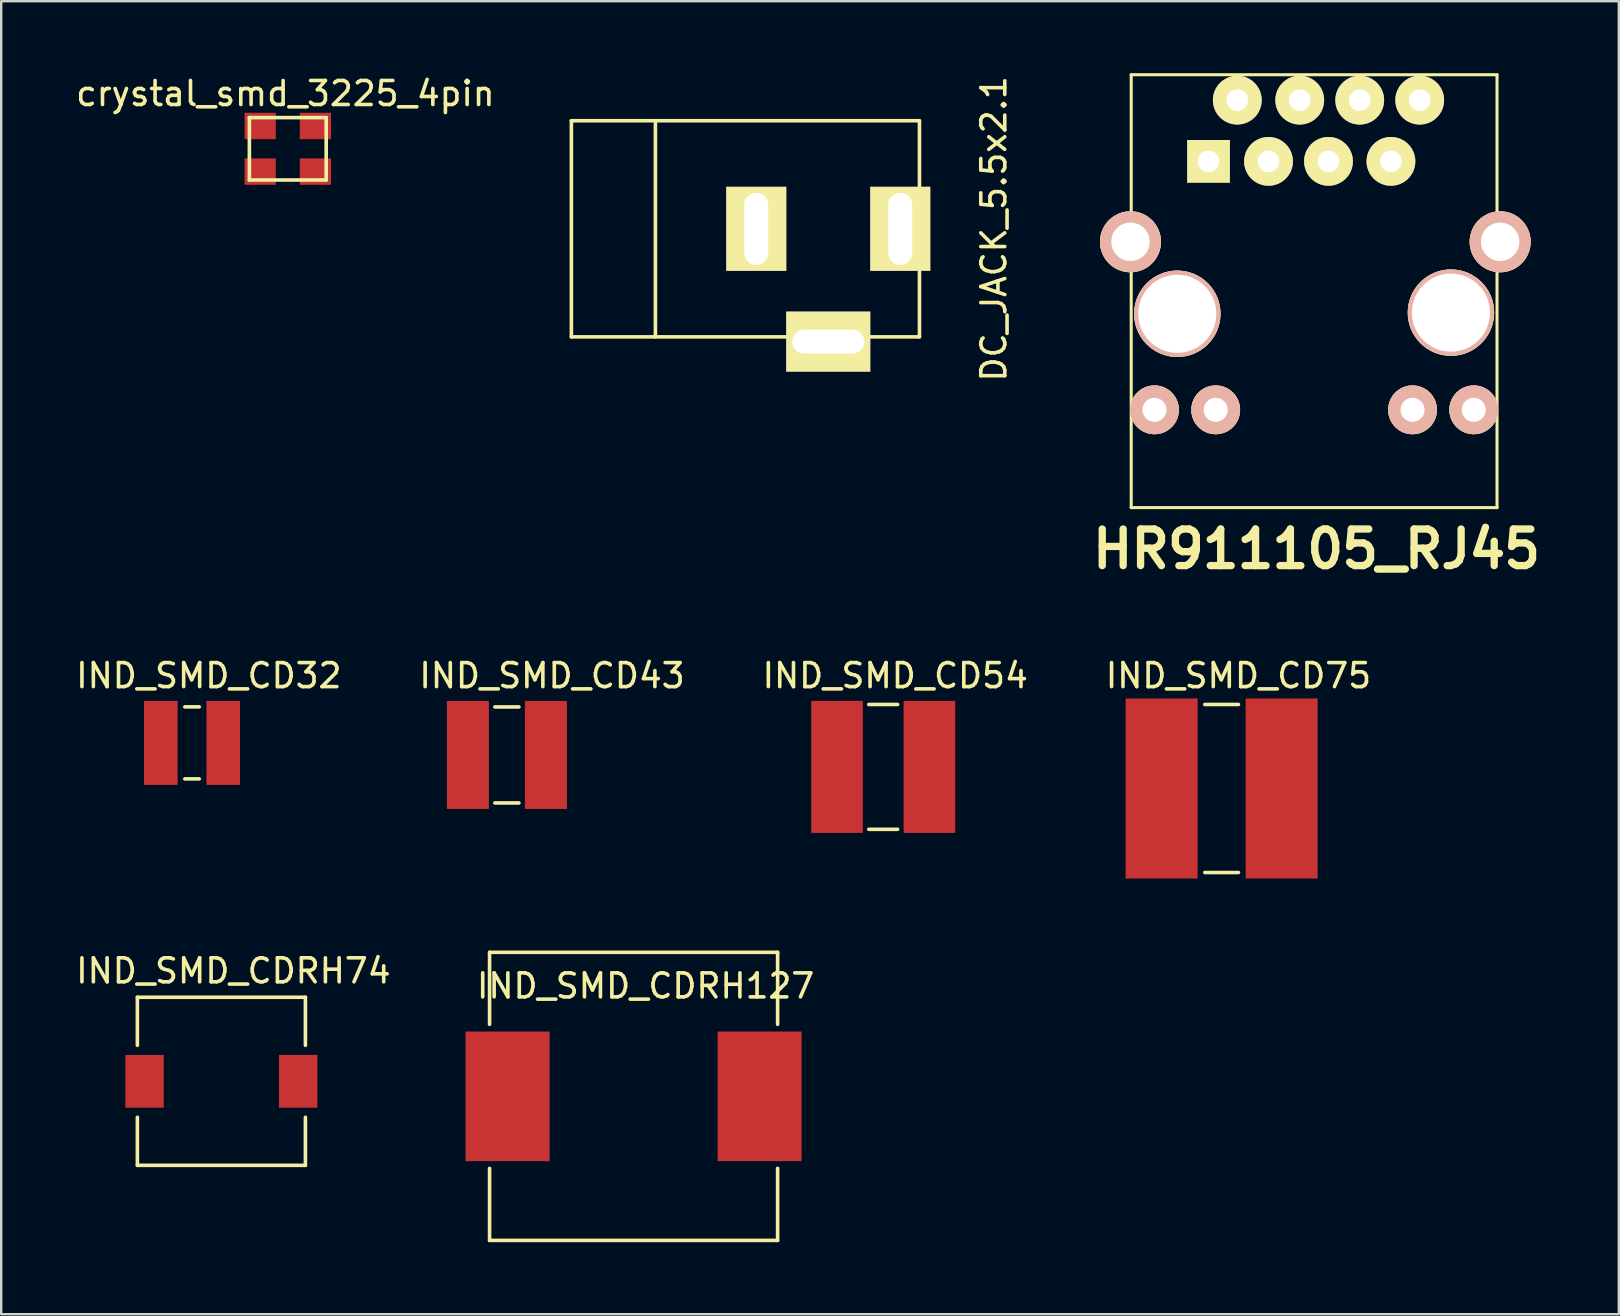
<source format=kicad_pcb>
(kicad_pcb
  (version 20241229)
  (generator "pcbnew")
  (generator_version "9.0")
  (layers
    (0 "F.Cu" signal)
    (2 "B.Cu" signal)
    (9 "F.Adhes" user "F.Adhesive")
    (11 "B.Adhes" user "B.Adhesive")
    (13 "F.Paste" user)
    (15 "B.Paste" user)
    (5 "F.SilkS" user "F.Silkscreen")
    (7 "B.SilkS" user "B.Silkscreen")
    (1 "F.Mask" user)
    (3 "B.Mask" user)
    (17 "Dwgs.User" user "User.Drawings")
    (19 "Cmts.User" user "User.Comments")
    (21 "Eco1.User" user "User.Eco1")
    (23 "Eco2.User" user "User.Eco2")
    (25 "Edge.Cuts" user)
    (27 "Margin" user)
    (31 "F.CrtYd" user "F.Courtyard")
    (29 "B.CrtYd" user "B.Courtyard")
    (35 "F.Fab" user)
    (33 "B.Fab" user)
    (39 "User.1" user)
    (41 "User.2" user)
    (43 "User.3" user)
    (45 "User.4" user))
  (footprint "IND_SMD_CD54"
    (layer "F.Cu")
    (at 33.744 28.898)
    (property "Reference" "IND_SMD_CD54" (at 0.5 -3.8 0) (layer "F.SilkS") (effects (font (size 1 1) (thickness 0.15))))
    (attr smd)
    (fp_line (start -0.6 -2.6) (end 0.6 -2.6) (stroke (width 0.15) (type solid)) (layer "F.SilkS"))
    (fp_line (start -0.6 2.6) (end 0.6 2.6) (stroke (width 0.15) (type solid)) (layer "F.SilkS"))
    (pad "1" smd rect (at -1.925 0) (size 2.15 5.5) (layers "F.Cu" "F.Mask" "F.Paste"))
    (pad "2" smd rect (at 1.925 0) (size 2.15 5.5) (layers "F.Cu" "F.Mask" "F.Paste")))
  (footprint "DC_JACK_5.5x2.1"
    (layer "F.Cu")
    (at 28.254 6.482)
    (property "Reference" "DC_JACK_5.5x2.1" (at 10.099 0 90) (layer "F.SilkS") (effects (font (size 1 1) (thickness 0.15))))
    (attr through_hole)
    (fp_line (start -7.501 -4.501) (end -7.501 4.501) (stroke (width 0.15) (type solid)) (layer "F.SilkS"))
    (fp_line (start -7.501 4.501) (end 7 4.501) (stroke (width 0.15) (type solid)) (layer "F.SilkS"))
    (fp_line (start -4 -4.501) (end -4 4.501) (stroke (width 0.15) (type solid)) (layer "F.SilkS"))
    (fp_line (start 7 -4.501) (end -7.501 -4.501) (stroke (width 0.15) (type solid)) (layer "F.SilkS"))
    (fp_line (start 7 4.501) (end 7 -4.501) (stroke (width 0.15) (type solid)) (layer "F.SilkS"))
    (pad "1" thru_hole rect (at 6.2 0) (size 2.5 3.5) (drill oval 1 3) (layers "*.Cu" "*.Mask" "F.SilkS"))
    (pad "2" thru_hole rect (at 0.201 0) (size 2.5 3.5) (drill oval 1 3) (layers "*.Cu" "*.Mask" "F.SilkS"))
    (pad "3" thru_hole rect (at 3.2 4.699) (size 3.5 2.5) (drill oval 3 1) (layers "*.Cu" "*.Mask" "F.SilkS")))
  (footprint "HR911105_RJ45"
    (layer "F.Cu")
    (at 51.695 10.223)
    (property "Reference" "HR911105_RJ45" (at 0.1 9.6 0) (layer "F.SilkS") (effects (font (size 1.524 1.524) (thickness 0.305))))
    (attr through_hole)
    (fp_line (start -7.62 -10.16) (end -7.62 7.874) (stroke (width 0.127) (type solid)) (layer "F.SilkS"))
    (fp_line (start -7.62 7.874) (end 7.62 7.874) (stroke (width 0.127) (type solid)) (layer "F.SilkS"))
    (fp_line (start 7.62 -10.16) (end -7.62 -10.16) (stroke (width 0.127) (type solid)) (layer "F.SilkS"))
    (fp_line (start 7.62 7.874) (end 7.62 -10.16) (stroke (width 0.127) (type solid)) (layer "F.SilkS"))
    (pad "0" thru_hole circle (at -7.65 -3.2) (size 2.54 2.54) (drill 1.6) (layers "*.Cu" "*.SilkS" "*.Mask"))
    (pad "0" thru_hole circle (at 7.75 -3.2) (size 2.54 2.54) (drill 1.6) (layers "*.Cu" "*.SilkS" "*.Mask"))
    (pad "1" thru_hole rect (at -4.399 -6.551) (size 1.778 1.778) (drill 0.899) (layers "*.Cu" "*.Mask" "F.SilkS"))
    (pad "2" thru_hole circle (at -3.2 -9.101) (size 2.032 2.032) (drill 0.899) (layers "*.Cu" "*.Mask" "F.SilkS"))
    (pad "3" thru_hole circle (at -1.9 -6.551) (size 2.032 2.032) (drill 0.899) (layers "*.Cu" "*.Mask" "F.SilkS"))
    (pad "4" thru_hole circle (at -0.599 -9.101) (size 2.032 2.032) (drill 0.899) (layers "*.Cu" "*.Mask" "F.SilkS"))
    (pad "5" thru_hole circle (at 0.599 -6.551) (size 2.032 2.032) (drill 0.899) (layers "*.Cu" "*.Mask" "F.SilkS"))
    (pad "6" thru_hole circle (at 1.9 -9.101) (size 2.032 2.032) (drill 0.899) (layers "*.Cu" "*.Mask" "F.SilkS"))
    (pad "7" thru_hole circle (at 3.2 -6.551) (size 2.032 2.032) (drill 0.899) (layers "*.Cu" "*.Mask" "F.SilkS"))
    (pad "8" thru_hole circle (at 4.399 -9.101) (size 2.032 2.032) (drill 0.899) (layers "*.Cu" "*.Mask" "F.SilkS"))
    (pad "9" thru_hole circle (at -6.65 3.8) (size 2.032 2.032) (drill 1.001) (layers "*.Cu" "*.SilkS" "*.Mask"))
    (pad "10" thru_hole circle (at -4.1 3.8) (size 2.032 2.032) (drill 1.001) (layers "*.Cu" "*.SilkS" "*.Mask"))
    (pad "11" thru_hole circle (at 4.1 3.8) (size 2.032 2.032) (drill 1.001) (layers "*.Cu" "*.SilkS" "*.Mask"))
    (pad "12" thru_hole circle (at 6.65 3.8) (size 2.032 2.032) (drill 1.001) (layers "*.Cu" "*.SilkS" "*.Mask"))
    (pad "Hole" thru_hole circle (at -5.7 -0.201) (size 3.599 3.599) (drill 3.251) (layers "*.Cu" "*.SilkS" "*.Mask"))
    (pad "Hole" thru_hole circle (at 5.7 -0.249) (size 3.599 3.599) (drill 3.251) (layers "*.Cu" "*.SilkS" "*.Mask")))
  (footprint "IND_SMD_CD43"
    (layer "F.Cu")
    (at 18.067 28.4)
    (property "Reference" "IND_SMD_CD43" (at 1.879 -3.302 0) (layer "F.SilkS") (effects (font (size 1 1) (thickness 0.15))))
    (attr smd)
    (fp_line (start -0.5 -2) (end 0.5 -2) (stroke (width 0.15) (type solid)) (layer "F.SilkS"))
    (fp_line (start -0.5 2) (end 0.5 2) (stroke (width 0.15) (type solid)) (layer "F.SilkS"))
    (pad "1" smd rect (at -1.625 0) (size 1.75 4.5) (layers "F.Cu" "F.Mask" "F.Paste"))
    (pad "2" smd rect (at 1.625 0) (size 1.75 4.5) (layers "F.Cu" "F.Mask" "F.Paste")))
  (footprint "IND_SMD_CD75"
    (layer "F.Cu")
    (at 47.842 29.798)
    (property "Reference" "IND_SMD_CD75" (at 0.7 -4.7 0) (layer "F.SilkS") (effects (font (size 1 1) (thickness 0.15))))
    (attr smd)
    (fp_line (start -0.7 -3.5) (end 0.7 -3.5) (stroke (width 0.15) (type solid)) (layer "F.SilkS"))
    (fp_line (start -0.7 3.5) (end 0.7 3.5) (stroke (width 0.15) (type solid)) (layer "F.SilkS"))
    (pad "1" smd rect (at -2.5 0) (size 3 7.5) (layers "F.Cu" "F.Mask" "F.Paste"))
    (pad "2" smd rect (at 2.5 0) (size 3 7.5) (layers "F.Cu" "F.Mask" "F.Paste")))
  (footprint "crystal_smd_3225_4pin"
    (layer "F.Cu")
    (at 8.939 3.148)
    (property "Reference" "crystal_smd_3225_4pin" (at -0.1 -2.3 0) (layer "F.SilkS") (effects (font (size 1 1) (thickness 0.15))))
    (attr through_hole)
    (fp_line (start -1.6 -1.3) (end 1.6 -1.3) (stroke (width 0.15) (type solid)) (layer "F.SilkS"))
    (fp_line (start -1.6 1.3) (end -1.6 -1.3) (stroke (width 0.15) (type solid)) (layer "F.SilkS"))
    (fp_line (start 1.6 -1.3) (end 1.6 1.3) (stroke (width 0.15) (type solid)) (layer "F.SilkS"))
    (fp_line (start 1.6 1.3) (end -1.6 1.3) (stroke (width 0.15) (type solid)) (layer "F.SilkS"))
    (pad "1" smd rect (at -1.15 0.95) (size 1.3 1.1) (layers "F.Cu" "F.Mask" "F.Paste"))
    (pad "2" smd rect (at -1.15 -0.95) (size 1.3 1.1) (layers "F.Cu" "F.Mask" "F.Paste"))
    (pad "2" smd rect (at 1.15 0.95) (size 1.3 1.1) (layers "F.Cu" "F.Mask" "F.Paste"))
    (pad "3" smd rect (at 1.15 -0.95) (size 1.3 1.1) (layers "F.Cu" "F.Mask" "F.Paste")))
  (footprint "IND_SMD_CD32"
    (layer "F.Cu")
    (at 4.949 27.898)
    (property "Reference" "IND_SMD_CD32" (at 0.7 -2.8 0) (layer "F.SilkS") (effects (font (size 1 1) (thickness 0.15))))
    (attr smd)
    (fp_line (start -0.3 -1.5) (end 0.3 -1.5) (stroke (width 0.15) (type solid)) (layer "F.SilkS"))
    (fp_line (start -0.3 1.5) (end 0.3 1.5) (stroke (width 0.15) (type solid)) (layer "F.SilkS"))
    (pad "1" smd rect (at -1.3 0) (size 1.4 3.5) (layers "F.Cu" "F.Mask" "F.Paste"))
    (pad "2" smd rect (at 1.3 0) (size 1.4 3.5) (layers "F.Cu" "F.Mask" "F.Paste")))
  (footprint "IND_SMD_CDRH127"
    (layer "F.Cu")
    (at 23.345 42.623)
    (property "Reference" "IND_SMD_CDRH127" (at 0.5 -4.6 0) (layer "F.SilkS") (effects (font (size 1 1) (thickness 0.15))))
    (attr smd)
    (fp_line (start -6 -6) (end -6 -3) (stroke (width 0.15) (type solid)) (layer "F.SilkS"))
    (fp_line (start -6 -6) (end 6 -6) (stroke (width 0.15) (type solid)) (layer "F.SilkS"))
    (fp_line (start -6 3) (end -6 6) (stroke (width 0.15) (type solid)) (layer "F.SilkS"))
    (fp_line (start -6 6) (end 6 6) (stroke (width 0.15) (type solid)) (layer "F.SilkS"))
    (fp_line (start 6 -6) (end 6 -3) (stroke (width 0.15) (type solid)) (layer "F.SilkS"))
    (fp_line (start 6 3) (end 6 6) (stroke (width 0.15) (type solid)) (layer "F.SilkS"))
    (pad "1" smd rect (at -5.25 0) (size 3.5 5.4) (layers "F.Cu" "F.Mask" "F.Paste"))
    (pad "2" smd rect (at 5.25 0) (size 3.5 5.4) (layers "F.Cu" "F.Mask" "F.Paste")))
  (footprint "IND_SMD_CDRH74"
    (layer "F.Cu")
    (at 6.173 41.996)
    (property "Reference" "IND_SMD_CDRH74" (at 0.5 -4.6 0) (layer "F.SilkS") (effects (font (size 1 1) (thickness 0.15))))
    (attr smd)
    (fp_line (start -3.5 -3.5) (end -3.5 -1.5) (stroke (width 0.15) (type solid)) (layer "F.SilkS"))
    (fp_line (start -3.5 -3.5) (end 3.5 -3.5) (stroke (width 0.15) (type solid)) (layer "F.SilkS"))
    (fp_line (start -3.5 1.5) (end -3.5 3.5) (stroke (width 0.15) (type solid)) (layer "F.SilkS"))
    (fp_line (start -3.5 3.5) (end 3.5 3.5) (stroke (width 0.15) (type solid)) (layer "F.SilkS"))
    (fp_line (start 3.5 -3.5) (end 3.5 -1.5) (stroke (width 0.15) (type solid)) (layer "F.SilkS"))
    (fp_line (start 3.5 1.5) (end 3.5 3.5) (stroke (width 0.15) (type solid)) (layer "F.SilkS"))
    (pad "1" smd rect (at -3.2 0) (size 1.6 2.2) (layers "F.Cu" "F.Mask" "F.Paste"))
    (pad "2" smd rect (at 3.2 0) (size 1.6 2.2) (layers "F.Cu" "F.Mask" "F.Paste")))
  (gr_rect
    (start -3 -3)
    (end 64.389 51.698)
    (stroke (width 0.1) (type default))
    (fill no)
    (layer "Edge.Cuts")))
</source>
